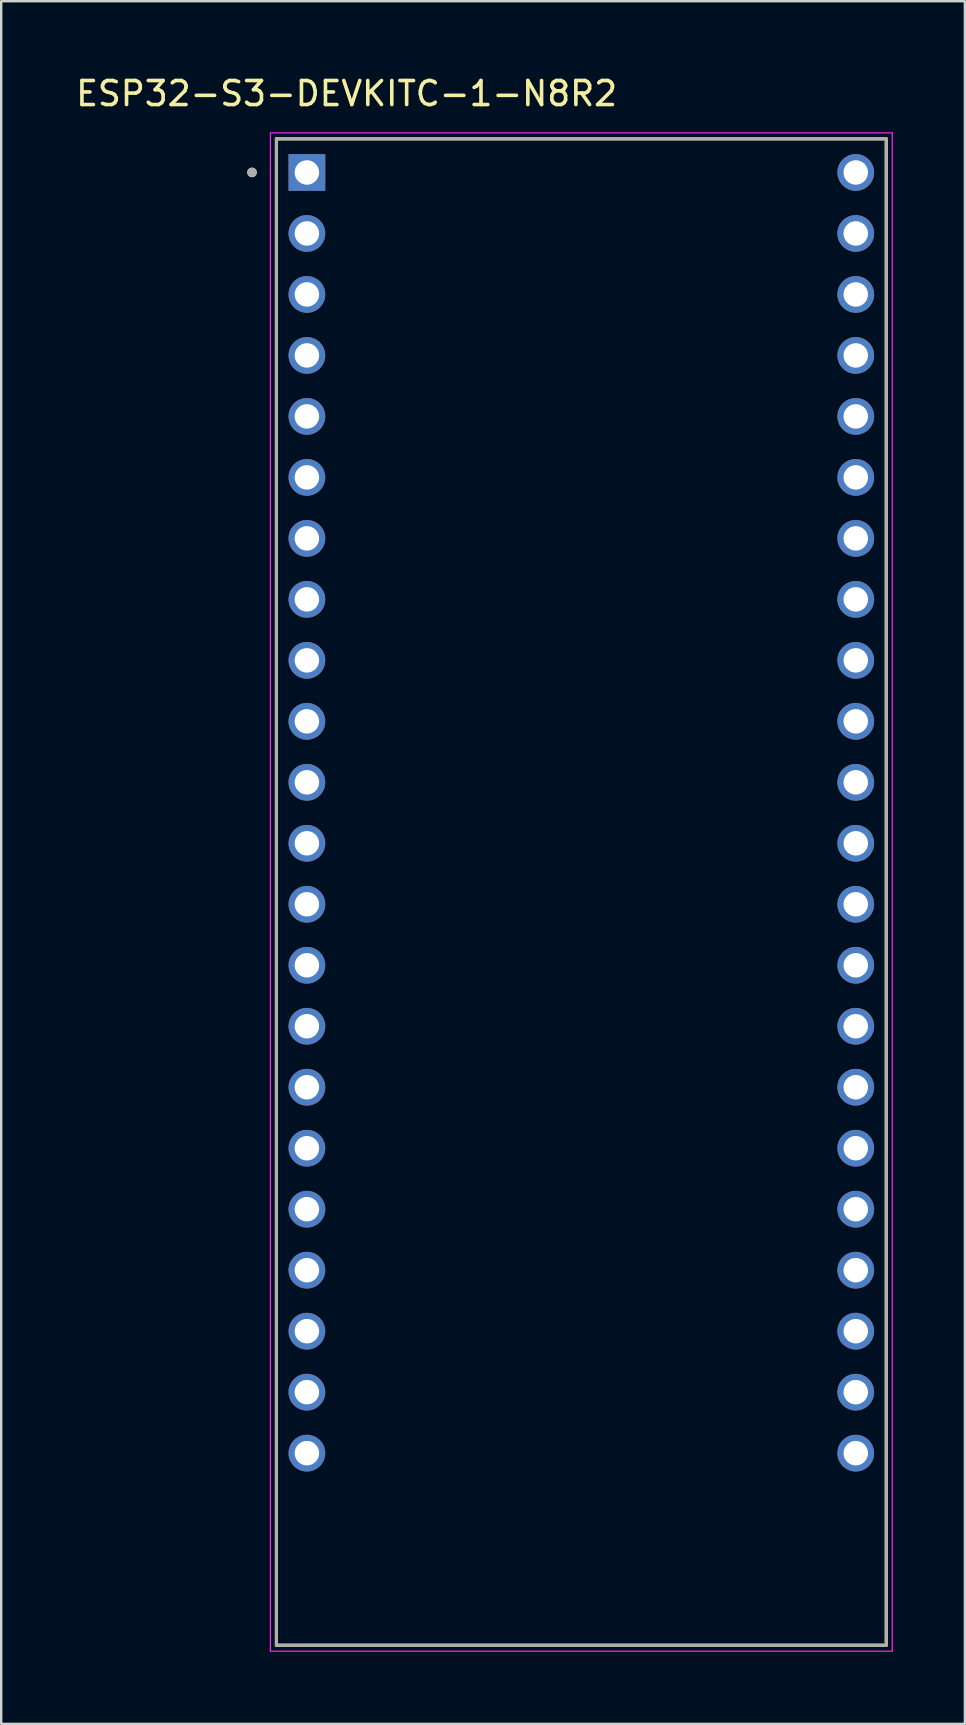
<source format=kicad_pcb>
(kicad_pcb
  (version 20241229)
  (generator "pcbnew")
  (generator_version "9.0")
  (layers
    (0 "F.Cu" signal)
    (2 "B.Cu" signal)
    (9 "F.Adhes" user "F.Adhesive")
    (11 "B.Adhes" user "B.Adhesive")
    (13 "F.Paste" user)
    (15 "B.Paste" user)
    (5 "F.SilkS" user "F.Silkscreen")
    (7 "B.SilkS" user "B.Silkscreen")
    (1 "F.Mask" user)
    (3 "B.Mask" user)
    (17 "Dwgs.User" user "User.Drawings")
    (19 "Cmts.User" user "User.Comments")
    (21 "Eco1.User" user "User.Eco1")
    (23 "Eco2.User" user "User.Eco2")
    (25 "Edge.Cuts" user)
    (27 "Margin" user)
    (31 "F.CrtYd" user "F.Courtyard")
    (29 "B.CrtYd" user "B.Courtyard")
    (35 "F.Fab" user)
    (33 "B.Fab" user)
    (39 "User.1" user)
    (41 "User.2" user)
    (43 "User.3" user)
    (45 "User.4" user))
  (footprint "ESP32-S3-DEVKITC-1-N8R2"
    (layer "F.Cu")
    (at 21.162 34.103)
    (property "Reference" "ESP32-S3-DEVKITC-1-N8R2" (at -9.775 -33.255 0) (layer "F.SilkS") (effects (font (size 1 1) (thickness 0.15))))
    (attr through_hole)
    (fp_line (start -12.7 -31.37) (end 12.7 -31.37) (stroke (width 0.127) (type solid)) (layer "F.SilkS"))
    (fp_line (start -12.7 31.37) (end -12.7 -31.37) (stroke (width 0.127) (type solid)) (layer "F.SilkS"))
    (fp_line (start 12.7 -31.37) (end 12.7 31.37) (stroke (width 0.127) (type solid)) (layer "F.SilkS"))
    (fp_line (start 12.7 31.37) (end -12.7 31.37) (stroke (width 0.127) (type solid)) (layer "F.SilkS"))
    (fp_circle (center -13.716 -29.972) (end -13.616 -29.972) (stroke (width 0.2) (type solid)) (fill no) (layer "F.SilkS"))
    (fp_line (start -12.95 -31.62) (end -12.95 31.62) (stroke (width 0.05) (type solid)) (layer "F.CrtYd"))
    (fp_line (start -12.95 31.62) (end 12.95 31.62) (stroke (width 0.05) (type solid)) (layer "F.CrtYd"))
    (fp_line (start 12.95 -31.62) (end -12.95 -31.62) (stroke (width 0.05) (type solid)) (layer "F.CrtYd"))
    (fp_line (start 12.95 31.62) (end 12.95 -31.62) (stroke (width 0.05) (type solid)) (layer "F.CrtYd"))
    (fp_line (start -12.7 -31.37) (end 12.7 -31.37) (stroke (width 0.127) (type solid)) (layer "F.Fab"))
    (fp_line (start -12.7 31.37) (end -12.7 -31.37) (stroke (width 0.127) (type solid)) (layer "F.Fab"))
    (fp_line (start 12.7 -31.37) (end 12.7 31.37) (stroke (width 0.127) (type solid)) (layer "F.Fab"))
    (fp_line (start 12.7 31.37) (end -12.7 31.37) (stroke (width 0.127) (type solid)) (layer "F.Fab"))
    (fp_circle (center -13.716 -29.972) (end -13.616 -29.972) (stroke (width 0.2) (type solid)) (fill no) (layer "F.Fab"))
    (pad "J1_1" thru_hole rect (at -11.43 -29.97) (size 1.53 1.53) (drill 1.02) (layers "*.Cu" "*.Mask"))
    (pad "J1_2" thru_hole circle (at -11.43 -27.43) (size 1.53 1.53) (drill 1.02) (layers "*.Cu" "*.Mask"))
    (pad "J1_3" thru_hole circle (at -11.43 -24.89) (size 1.53 1.53) (drill 1.02) (layers "*.Cu" "*.Mask"))
    (pad "J1_4" thru_hole circle (at -11.43 -22.35) (size 1.53 1.53) (drill 1.02) (layers "*.Cu" "*.Mask"))
    (pad "J1_5" thru_hole circle (at -11.43 -19.81) (size 1.53 1.53) (drill 1.02) (layers "*.Cu" "*.Mask"))
    (pad "J1_6" thru_hole circle (at -11.43 -17.27) (size 1.53 1.53) (drill 1.02) (layers "*.Cu" "*.Mask"))
    (pad "J1_7" thru_hole circle (at -11.43 -14.73) (size 1.53 1.53) (drill 1.02) (layers "*.Cu" "*.Mask"))
    (pad "J1_8" thru_hole circle (at -11.43 -12.19) (size 1.53 1.53) (drill 1.02) (layers "*.Cu" "*.Mask"))
    (pad "J1_9" thru_hole circle (at -11.43 -9.65) (size 1.53 1.53) (drill 1.02) (layers "*.Cu" "*.Mask"))
    (pad "J1_10" thru_hole circle (at -11.43 -7.11) (size 1.53 1.53) (drill 1.02) (layers "*.Cu" "*.Mask"))
    (pad "J1_11" thru_hole circle (at -11.43 -4.57) (size 1.53 1.53) (drill 1.02) (layers "*.Cu" "*.Mask"))
    (pad "J1_12" thru_hole circle (at -11.43 -2.03) (size 1.53 1.53) (drill 1.02) (layers "*.Cu" "*.Mask"))
    (pad "J1_13" thru_hole circle (at -11.43 0.51) (size 1.53 1.53) (drill 1.02) (layers "*.Cu" "*.Mask"))
    (pad "J1_14" thru_hole circle (at -11.43 3.05) (size 1.53 1.53) (drill 1.02) (layers "*.Cu" "*.Mask"))
    (pad "J1_15" thru_hole circle (at -11.43 5.59) (size 1.53 1.53) (drill 1.02) (layers "*.Cu" "*.Mask"))
    (pad "J1_16" thru_hole circle (at -11.43 8.13) (size 1.53 1.53) (drill 1.02) (layers "*.Cu" "*.Mask"))
    (pad "J1_17" thru_hole circle (at -11.43 10.67) (size 1.53 1.53) (drill 1.02) (layers "*.Cu" "*.Mask"))
    (pad "J1_18" thru_hole circle (at -11.43 13.21) (size 1.53 1.53) (drill 1.02) (layers "*.Cu" "*.Mask"))
    (pad "J1_19" thru_hole circle (at -11.43 15.75) (size 1.53 1.53) (drill 1.02) (layers "*.Cu" "*.Mask"))
    (pad "J1_20" thru_hole circle (at -11.43 18.29) (size 1.53 1.53) (drill 1.02) (layers "*.Cu" "*.Mask"))
    (pad "J1_21" thru_hole circle (at -11.43 20.83) (size 1.53 1.53) (drill 1.02) (layers "*.Cu" "*.Mask"))
    (pad "J1_22" thru_hole circle (at -11.43 23.37) (size 1.53 1.53) (drill 1.02) (layers "*.Cu" "*.Mask"))
    (pad "J3_1" thru_hole circle (at 11.43 -29.97) (size 1.53 1.53) (drill 1.02) (layers "*.Cu" "*.Mask"))
    (pad "J3_2" thru_hole circle (at 11.43 -27.43) (size 1.53 1.53) (drill 1.02) (layers "*.Cu" "*.Mask"))
    (pad "J3_3" thru_hole circle (at 11.43 -24.89) (size 1.53 1.53) (drill 1.02) (layers "*.Cu" "*.Mask"))
    (pad "J3_4" thru_hole circle (at 11.43 -22.35) (size 1.53 1.53) (drill 1.02) (layers "*.Cu" "*.Mask"))
    (pad "J3_5" thru_hole circle (at 11.43 -19.81) (size 1.53 1.53) (drill 1.02) (layers "*.Cu" "*.Mask"))
    (pad "J3_6" thru_hole circle (at 11.43 -17.27) (size 1.53 1.53) (drill 1.02) (layers "*.Cu" "*.Mask"))
    (pad "J3_7" thru_hole circle (at 11.43 -14.73) (size 1.53 1.53) (drill 1.02) (layers "*.Cu" "*.Mask"))
    (pad "J3_8" thru_hole circle (at 11.43 -12.19) (size 1.53 1.53) (drill 1.02) (layers "*.Cu" "*.Mask"))
    (pad "J3_9" thru_hole circle (at 11.43 -9.65) (size 1.53 1.53) (drill 1.02) (layers "*.Cu" "*.Mask"))
    (pad "J3_10" thru_hole circle (at 11.43 -7.11) (size 1.53 1.53) (drill 1.02) (layers "*.Cu" "*.Mask"))
    (pad "J3_11" thru_hole circle (at 11.43 -4.57) (size 1.53 1.53) (drill 1.02) (layers "*.Cu" "*.Mask"))
    (pad "J3_12" thru_hole circle (at 11.43 -2.03) (size 1.53 1.53) (drill 1.02) (layers "*.Cu" "*.Mask"))
    (pad "J3_13" thru_hole circle (at 11.43 0.51) (size 1.53 1.53) (drill 1.02) (layers "*.Cu" "*.Mask"))
    (pad "J3_14" thru_hole circle (at 11.43 3.05) (size 1.53 1.53) (drill 1.02) (layers "*.Cu" "*.Mask"))
    (pad "J3_15" thru_hole circle (at 11.43 5.59) (size 1.53 1.53) (drill 1.02) (layers "*.Cu" "*.Mask"))
    (pad "J3_16" thru_hole circle (at 11.43 8.13) (size 1.53 1.53) (drill 1.02) (layers "*.Cu" "*.Mask"))
    (pad "J3_17" thru_hole circle (at 11.43 10.67) (size 1.53 1.53) (drill 1.02) (layers "*.Cu" "*.Mask"))
    (pad "J3_18" thru_hole circle (at 11.43 13.21) (size 1.53 1.53) (drill 1.02) (layers "*.Cu" "*.Mask"))
    (pad "J3_19" thru_hole circle (at 11.43 15.75) (size 1.53 1.53) (drill 1.02) (layers "*.Cu" "*.Mask"))
    (pad "J3_20" thru_hole circle (at 11.43 18.29) (size 1.53 1.53) (drill 1.02) (layers "*.Cu" "*.Mask"))
    (pad "J3_21" thru_hole circle (at 11.43 20.83) (size 1.53 1.53) (drill 1.02) (layers "*.Cu" "*.Mask"))
    (pad "J3_22" thru_hole circle (at 11.43 23.37) (size 1.53 1.53) (drill 1.02) (layers "*.Cu" "*.Mask")))
  (gr_rect
    (start -3 -3)
    (end 37.137 68.748)
    (stroke (width 0.1) (type default))
    (fill no)
    (layer "Edge.Cuts")))
</source>
